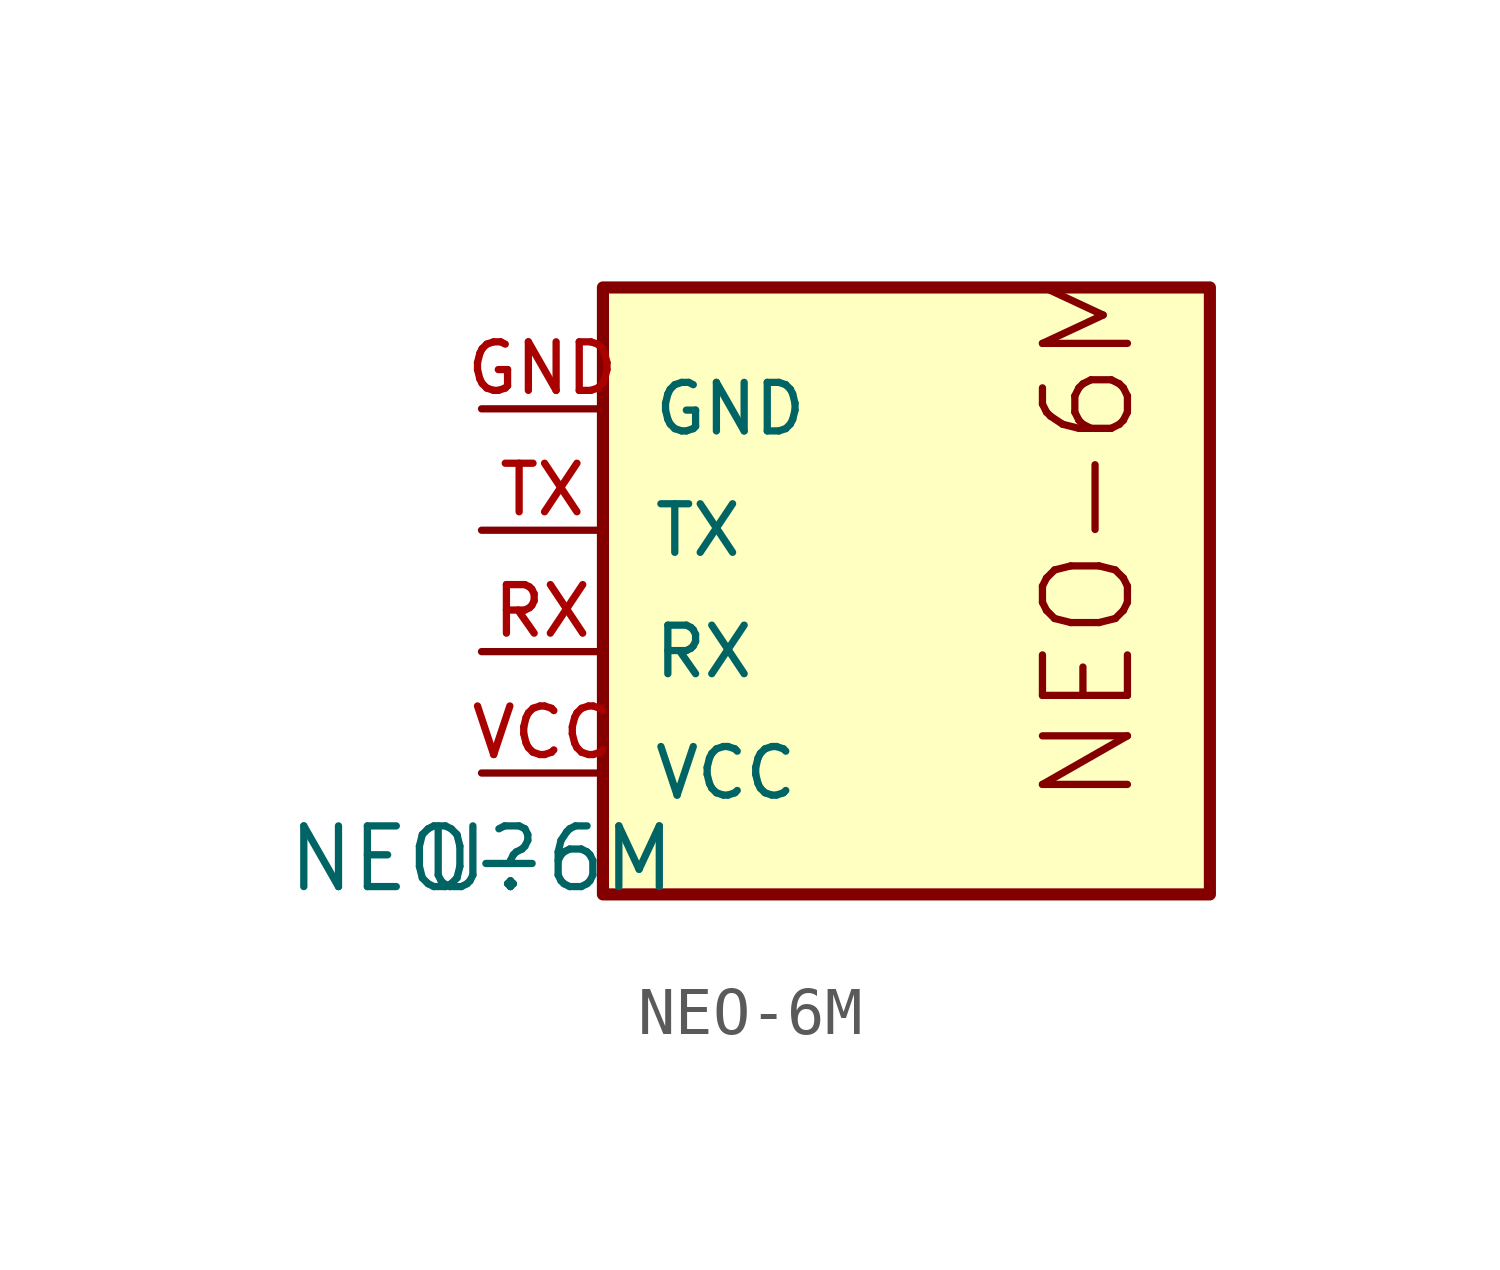
<source format=kicad_sym>
(kicad_symbol_lib
  (version 20211014)
  (generator kicad_symbol_editor)
  (symbol "NEO-6M"
    (pin_names
      (offset 1.016))
    (property "Reference" "U"
      (at 0 0 0)
      (effects (font (size 1.27 1.27)) (justify bottom)))
    (property "Value" "NEO-6M"
      (at 0 0.0 0)
      (effects (font (size 1.27 1.27)) (justify bottom)))
    (symbol "NEO-6M_0_0"
      (text "NEO-6M" (at 12.7 1.778 900) (effects (font (size 1.778 1.778)) (justify left)))
      (rectangle (start 2.54 0.0) (end 15.24 12.7) (stroke (width 0.254)) (fill (type background)))
      (pin bidirectional line (at 0.0 10.16 0) (length 2.54) (name "GND" (effects (font (size 1.016 1.016)))) (number "GND" (effects (font (size 1.016 1.016)))))
      (pin bidirectional line (at 0.0 7.62 0) (length 2.54) (name "TX" (effects (font (size 1.016 1.016)))) (number "TX" (effects (font (size 1.016 1.016)))))
      (pin bidirectional line (at 0.0 5.08 0) (length 2.54) (name "RX" (effects (font (size 1.016 1.016)))) (number "RX" (effects (font (size 1.016 1.016)))))
      (pin bidirectional line (at 0.0 2.54 0) (length 2.54) (name "VCC" (effects (font (size 1.016 1.016)))) (number "VCC" (effects (font (size 1.016 1.016))))))))
</source>
